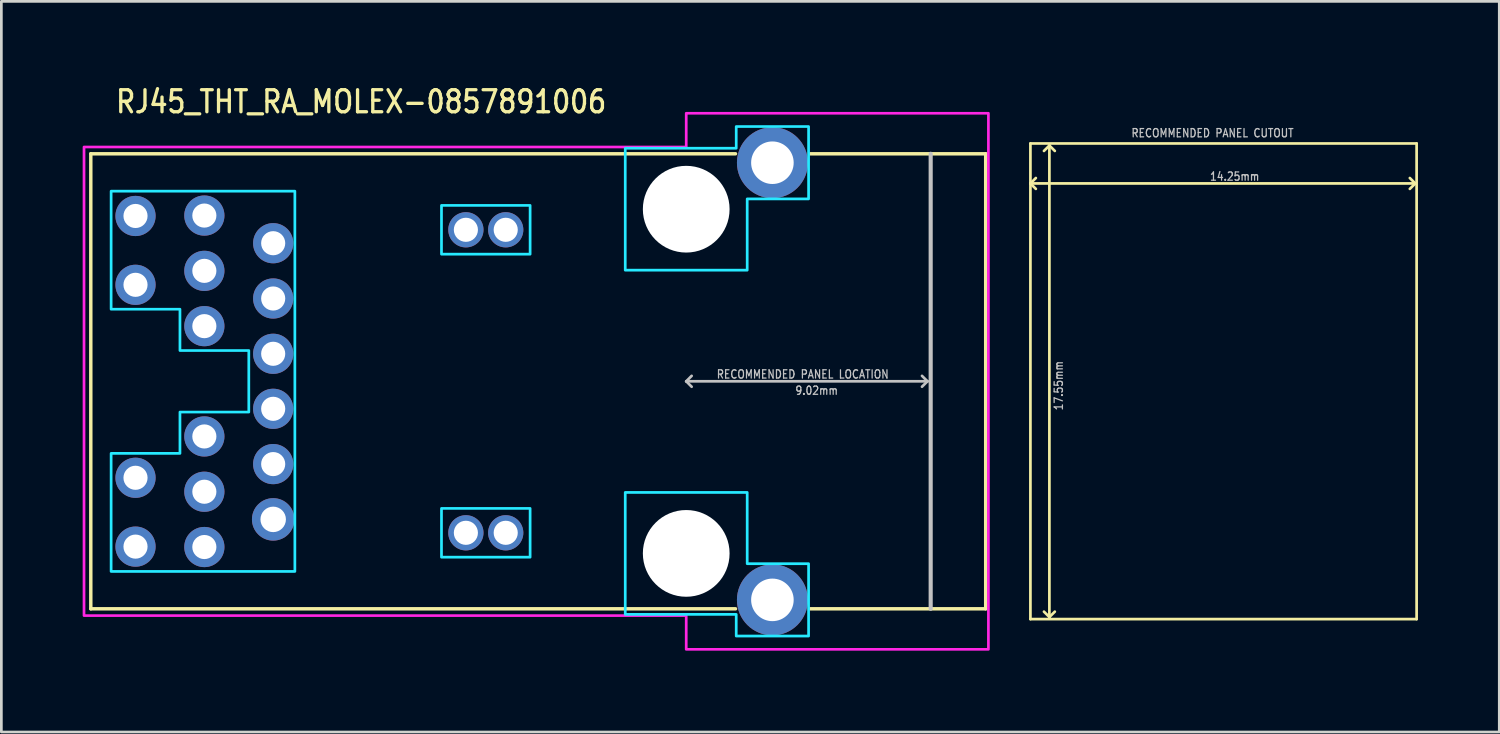
<source format=kicad_pcb>
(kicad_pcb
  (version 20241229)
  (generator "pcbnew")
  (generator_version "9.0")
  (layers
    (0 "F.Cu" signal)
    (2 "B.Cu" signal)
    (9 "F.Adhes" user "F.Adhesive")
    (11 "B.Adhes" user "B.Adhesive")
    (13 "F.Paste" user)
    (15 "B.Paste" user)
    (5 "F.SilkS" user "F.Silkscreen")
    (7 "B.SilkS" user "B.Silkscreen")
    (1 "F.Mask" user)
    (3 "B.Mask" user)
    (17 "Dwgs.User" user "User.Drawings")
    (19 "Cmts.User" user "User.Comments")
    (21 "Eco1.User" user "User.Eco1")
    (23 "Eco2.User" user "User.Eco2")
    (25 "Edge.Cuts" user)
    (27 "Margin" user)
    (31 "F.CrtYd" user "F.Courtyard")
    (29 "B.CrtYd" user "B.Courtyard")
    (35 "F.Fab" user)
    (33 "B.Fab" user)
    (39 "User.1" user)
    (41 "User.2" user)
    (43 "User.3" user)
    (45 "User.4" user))
  (footprint "RJ45_THT_RA_MOLEX-0857891006"
    (layer "F.Cu")
    (at 22.27 11.019)
    (property "Reference" "RJ45_THT_RA_MOLEX-0857891006" (at -21.11 -9.84 0) (unlocked yes) (layer "F.SilkS") (effects (font (size 0.813 0.695) (thickness 0.122)) (justify left bottom)))
    (fp_line (start -21.97 8.395) (end -21.97 -8.395) (stroke (width 0.127) (type solid)) (layer "F.SilkS"))
    (fp_line (start 1.82 -8.395) (end -21.97 -8.395) (stroke (width 0.127) (type solid)) (layer "F.SilkS"))
    (fp_line (start 1.82 8.395) (end -21.97 8.395) (stroke (width 0.127) (type solid)) (layer "F.SilkS"))
    (fp_line (start 11.05 -8.395) (end 4.57 -8.395) (stroke (width 0.127) (type solid)) (layer "F.SilkS"))
    (fp_line (start 11.05 -8.395) (end 11.05 8.395) (stroke (width 0.127) (type solid)) (layer "F.SilkS"))
    (fp_line (start 11.05 8.395) (end 4.57 8.395) (stroke (width 0.127) (type solid)) (layer "F.SilkS"))
    (fp_line (start 12.7 -8.775) (end 26.95 -8.775) (stroke (width 0.1) (type solid)) (layer "F.SilkS"))
    (fp_line (start 12.7 -7.3) (end 12.7 -8.775) (stroke (width 0.1) (type solid)) (layer "F.SilkS"))
    (fp_line (start 12.7 -7.3) (end 12.9 -7.1) (stroke (width 0.1) (type solid)) (layer "F.SilkS"))
    (fp_line (start 12.7 -7.3) (end 26.9 -7.3) (stroke (width 0.1) (type solid)) (layer "F.SilkS"))
    (fp_line (start 12.7 8.775) (end 12.7 -7.3) (stroke (width 0.1) (type solid)) (layer "F.SilkS"))
    (fp_line (start 12.9 -7.5) (end 12.7 -7.3) (stroke (width 0.1) (type solid)) (layer "F.SilkS"))
    (fp_line (start 13.2 -8.5) (end 13.4 -8.7) (stroke (width 0.1) (type solid)) (layer "F.SilkS"))
    (fp_line (start 13.4 -8.7) (end 13.4 8.7) (stroke (width 0.1) (type solid)) (layer "F.SilkS"))
    (fp_line (start 13.4 -8.7) (end 13.6 -8.5) (stroke (width 0.1) (type solid)) (layer "F.SilkS"))
    (fp_line (start 13.4 8.7) (end 13.2 8.5) (stroke (width 0.1) (type solid)) (layer "F.SilkS"))
    (fp_line (start 13.4 8.7) (end 13.6 8.5) (stroke (width 0.1) (type solid)) (layer "F.SilkS"))
    (fp_line (start 26.9 -7.3) (end 26.7 -7.5) (stroke (width 0.1) (type solid)) (layer "F.SilkS"))
    (fp_line (start 26.9 -7.3) (end 26.7 -7.1) (stroke (width 0.1) (type solid)) (layer "F.SilkS"))
    (fp_line (start 26.95 -8.775) (end 26.95 8.775) (stroke (width 0.1) (type solid)) (layer "F.SilkS"))
    (fp_line (start 26.95 8.775) (end 12.7 8.775) (stroke (width 0.1) (type solid)) (layer "F.SilkS"))
    (fp_line (start 0 0) (end 0.2 -0.2) (stroke (width 0.1) (type solid)) (layer "Dwgs.User"))
    (fp_line (start 0 0) (end 0.2 0.2) (stroke (width 0.1) (type solid)) (layer "Dwgs.User"))
    (fp_line (start 0 0) (end 8.9 0) (stroke (width 0.1) (type solid)) (layer "Dwgs.User"))
    (fp_line (start 8.9 0) (end 8.7 -0.2) (stroke (width 0.1) (type solid)) (layer "Dwgs.User"))
    (fp_line (start 8.9 0) (end 8.7 0.2) (stroke (width 0.1) (type solid)) (layer "Dwgs.User"))
    (fp_line (start 9.02 -8.395) (end 9.02 8.395) (stroke (width 0.152) (type solid)) (layer "Dwgs.User"))
    (fp_poly (pts (xy -9.03 -6.49) (xy -5.76 -6.49) (xy -5.76 -4.69) (xy -9.03 -4.69)) (stroke (width 0.1) (type solid)) (fill no) (layer "B.CrtYd"))
    (fp_poly (pts (xy -9.03 4.69) (xy -5.76 4.69) (xy -5.76 6.49) (xy -9.03 6.49)) (stroke (width 0.1) (type solid)) (fill no) (layer "B.CrtYd"))
    (fp_poly (pts (xy -2.25 -8.6) (xy -2.25 -4.1) (xy 2.25 -4.1) (xy 2.25 -6.73) (xy 4.515 -6.73) (xy 4.515 -9.4) (xy 1.845 -9.4) (xy 1.845 -8.6)) (stroke (width 0.1) (type solid)) (fill no) (layer "B.CrtYd"))
    (fp_poly (pts (xy -2.25 8.6) (xy -2.25 4.1) (xy 2.25 4.1) (xy 2.25 6.73) (xy 4.515 6.73) (xy 4.515 9.4) (xy 1.845 9.4) (xy 1.845 8.6)) (stroke (width 0.1) (type solid)) (fill no) (layer "B.CrtYd"))
    (fp_poly (pts (xy -21.22 -7.015) (xy -21.22 -2.66) (xy -18.68 -2.66) (xy -18.68 -1.135) (xy -16.14 -1.135) (xy -16.14 1.135) (xy -18.68 1.135) (xy -18.68 2.66) (xy -21.22 2.66) (xy -21.22 7.015) (xy -14.44 7.015) (xy -14.44 -7.015)) (stroke (width 0.1) (type solid)) (fill no) (layer "B.CrtYd"))
    (fp_poly (pts (xy -22.22 8.645) (xy -22.22 -8.645) (xy 1.72 -8.645) (xy 0 -8.6) (xy 0 -9.89) (xy 11.15 -9.89) (xy 11.15 9.89) (xy 0 9.89) (xy 0 8.645)) (stroke (width 0.1) (type solid)) (fill no) (layer "F.CrtYd"))
    (fp_text user "RECOMMENDED PANEL CUTOUT" (at 16.4 -8.98 0) (unlocked yes) (layer "Dwgs.User") (effects (font (size 0.305 0.261) (thickness 0.046)) (justify left bottom)))
    (fp_text user "RECOMMENDED PANEL LOCATION" (at 1.1 -0.08 0) (unlocked yes) (layer "Dwgs.User") (effects (font (size 0.305 0.261) (thickness 0.046)) (justify left bottom)))
    (fp_text user "14.25mm" (at 19.3 -7.38 0) (unlocked yes) (layer "Dwgs.User") (effects (font (size 0.305 0.261) (thickness 0.046)) (justify left bottom)))
    (fp_text user "17.55mm" (at 13.92 1.1 90) (unlocked yes) (layer "Dwgs.User") (effects (font (size 0.305 0.261) (thickness 0.046)) (justify left bottom)))
    (fp_text user "9.02mm" (at 4 0.52 0) (unlocked yes) (layer "Dwgs.User") (effects (font (size 0.305 0.261) (thickness 0.046)) (justify left bottom)))
    (pad "" np_thru_hole circle (at 0 -6.35) (size 3.2 3.2) (drill 3.2) (layers "*.Cu" "*.Mask"))
    (pad "" np_thru_hole circle (at 0 6.35) (size 3.2 3.2) (drill 3.2) (layers "*.Cu" "*.Mask"))
    (pad "P$1" thru_hole oval (at -15.24 -5.095) (size 1.483 1.483) (drill 0.89) (layers "*.Cu" "*.Mask"))
    (pad "P$2" thru_hole oval (at -15.24 -3.055) (size 1.483 1.483) (drill 0.89) (layers "*.Cu" "*.Mask"))
    (pad "P$3" thru_hole oval (at -15.24 -1.015) (size 1.483 1.483) (drill 0.89) (layers "*.Cu" "*.Mask"))
    (pad "P$4" thru_hole oval (at -15.24 1.015) (size 1.483 1.483) (drill 0.89) (layers "*.Cu" "*.Mask"))
    (pad "P$5" thru_hole oval (at -15.24 3.055) (size 1.483 1.483) (drill 0.89) (layers "*.Cu" "*.Mask"))
    (pad "P$6" thru_hole oval (at -15.24 5.095) (size 1.567 1.567) (drill 0.94) (layers "*.Cu" "*.Mask"))
    (pad "P$7" thru_hole oval (at -17.78 -6.115) (size 1.483 1.483) (drill 0.89) (layers "*.Cu" "*.Mask"))
    (pad "P$8" thru_hole oval (at -17.78 -4.075) (size 1.483 1.483) (drill 0.89) (layers "*.Cu" "*.Mask"))
    (pad "P$9" thru_hole oval (at -17.78 -2.035) (size 1.483 1.483) (drill 0.89) (layers "*.Cu" "*.Mask"))
    (pad "P$10" thru_hole oval (at -17.78 2.035) (size 1.483 1.483) (drill 0.89) (layers "*.Cu" "*.Mask"))
    (pad "P$11" thru_hole oval (at -17.78 4.075) (size 1.483 1.483) (drill 0.89) (layers "*.Cu" "*.Mask"))
    (pad "P$12" thru_hole oval (at -17.78 6.115) (size 1.483 1.483) (drill 0.89) (layers "*.Cu" "*.Mask"))
    (pad "P$13" thru_hole oval (at -20.32 -6.1) (size 1.483 1.483) (drill 0.89) (layers "*.Cu" "*.Mask"))
    (pad "P$14" thru_hole oval (at -20.32 -3.56) (size 1.483 1.483) (drill 0.89) (layers "*.Cu" "*.Mask"))
    (pad "P$15" thru_hole oval (at -20.32 3.56) (size 1.483 1.483) (drill 0.89) (layers "*.Cu" "*.Mask"))
    (pad "P$16" thru_hole oval (at -20.32 6.1) (size 1.483 1.483) (drill 0.89) (layers "*.Cu" "*.Mask"))
    (pad "PWR$1" thru_hole oval (at -8.13 -5.59) (size 1.3 1.3) (drill 0.89) (layers "*.Cu" "*.Mask"))
    (pad "PWR$2" thru_hole oval (at -8.13 5.59) (size 1.3 1.3) (drill 0.89) (layers "*.Cu" "*.Mask"))
    (pad "PWR$3" thru_hole oval (at -6.66 -5.59) (size 1.3 1.3) (drill 0.89) (layers "*.Cu" "*.Mask"))
    (pad "PWR$4" thru_hole oval (at -6.66 5.59) (size 1.3 1.3) (drill 0.89) (layers "*.Cu" "*.Mask"))
    (pad "S$1" thru_hole oval (at 3.18 -8.065) (size 2.617 2.617) (drill 1.57) (layers "*.Cu" "*.Mask"))
    (pad "S$2" thru_hole oval (at 3.18 8.065) (size 2.617 2.617) (drill 1.57) (layers "*.Cu" "*.Mask")))
  (gr_rect
    (start -3 -3)
    (end 52.27 23.959)
    (stroke (width 0.1) (type default))
    (fill no)
    (layer "Edge.Cuts")))
</source>
